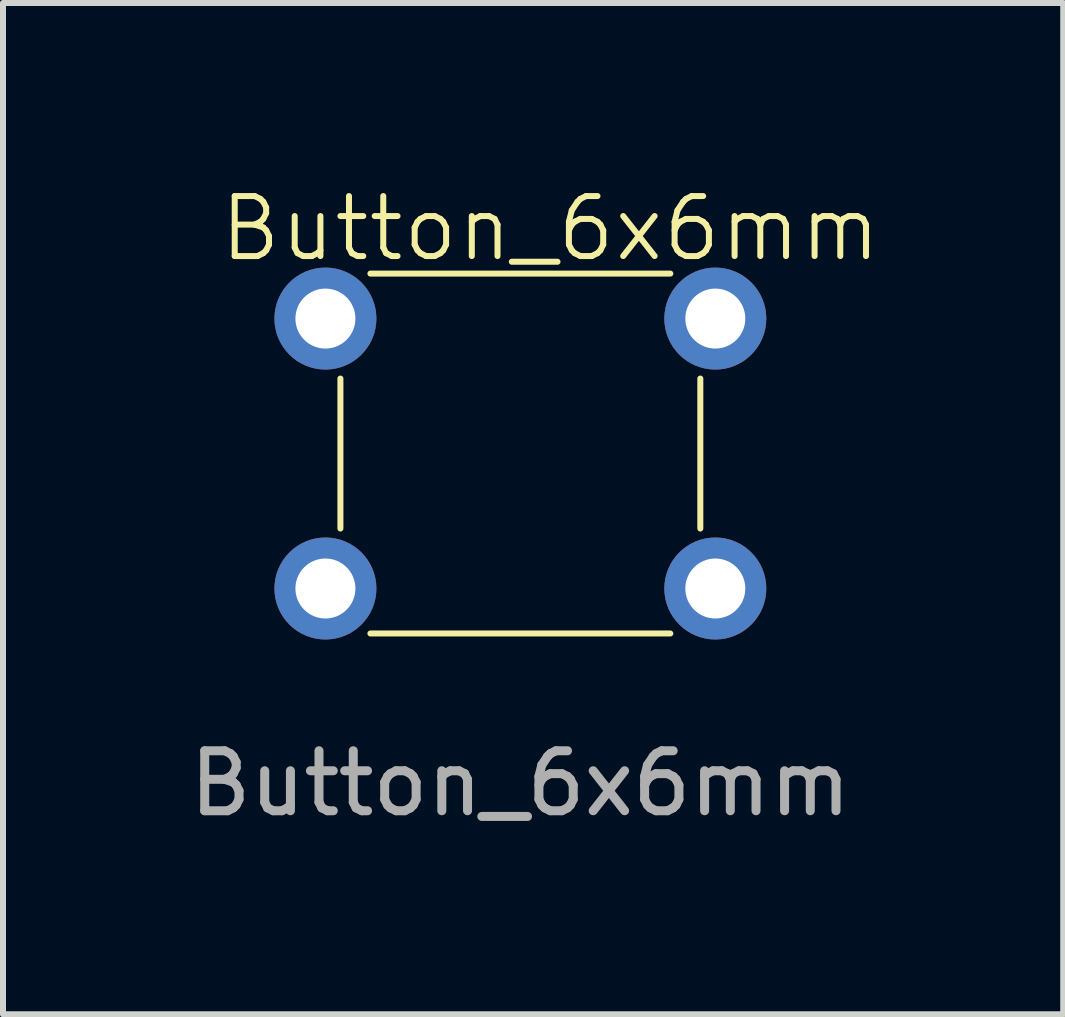
<source format=kicad_pcb>
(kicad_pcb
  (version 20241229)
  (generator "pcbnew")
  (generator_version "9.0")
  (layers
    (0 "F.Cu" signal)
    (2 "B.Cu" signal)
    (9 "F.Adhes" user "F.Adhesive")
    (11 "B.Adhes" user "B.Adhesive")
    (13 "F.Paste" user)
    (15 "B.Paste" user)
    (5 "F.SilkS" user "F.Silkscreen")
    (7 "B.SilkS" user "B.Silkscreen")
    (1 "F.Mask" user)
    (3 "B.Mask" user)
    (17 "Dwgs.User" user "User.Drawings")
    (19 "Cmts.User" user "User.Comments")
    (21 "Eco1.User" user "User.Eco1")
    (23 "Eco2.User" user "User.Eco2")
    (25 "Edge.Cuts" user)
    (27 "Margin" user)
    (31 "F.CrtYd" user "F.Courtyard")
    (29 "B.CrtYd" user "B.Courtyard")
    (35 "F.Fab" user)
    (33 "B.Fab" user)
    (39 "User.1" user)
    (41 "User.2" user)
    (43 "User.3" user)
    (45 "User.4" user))
  (footprint "Button_6x6mm"
    (layer "F.Cu")
    (at 5.625 4.261)
    (property "Reference" "Button_6x6mm" (at 0.5 -3.5 0) (unlocked yes) (layer "F.SilkS") (effects (font (size 1 1) (thickness 0.1))))
    (attr smd)
    (fp_line (start -3 1.5) (end -3 -1) (stroke (width 0.1) (type default)) (layer "F.SilkS"))
    (fp_line (start -2.5 -2.75) (end 2.5 -2.75) (stroke (width 0.1) (type default)) (layer "F.SilkS"))
    (fp_line (start -2.5 3.25) (end 2.5 3.25) (stroke (width 0.1) (type default)) (layer "F.SilkS"))
    (fp_line (start 3 -1) (end 3 1.5) (stroke (width 0.1) (type default)) (layer "F.SilkS"))
    (fp_text user "${REFERENCE}" (at 0 5.75 0) (unlocked yes) (layer "F.Fab") (effects (font (size 1 1) (thickness 0.15))))
    (pad "1" thru_hole circle (at 3.25 2.5) (size 1.7 1.7) (drill 1) (layers "*.Cu" "*.Mask"))
    (pad "2" thru_hole circle (at -3.25 2.5) (size 1.7 1.7) (drill 1) (layers "*.Cu" "*.Mask"))
    (pad "3" thru_hole circle (at 3.25 -2) (size 1.7 1.7) (drill 1) (layers "*.Cu" "*.Mask"))
    (pad "4" thru_hole circle (at -3.25 -2) (size 1.7 1.7) (drill 1) (layers "*.Cu" "*.Mask")))
  (gr_rect
    (start -3 -3)
    (end 14.675 13.859)
    (stroke (width 0.1) (type default))
    (fill no)
    (layer "Edge.Cuts")))
</source>
